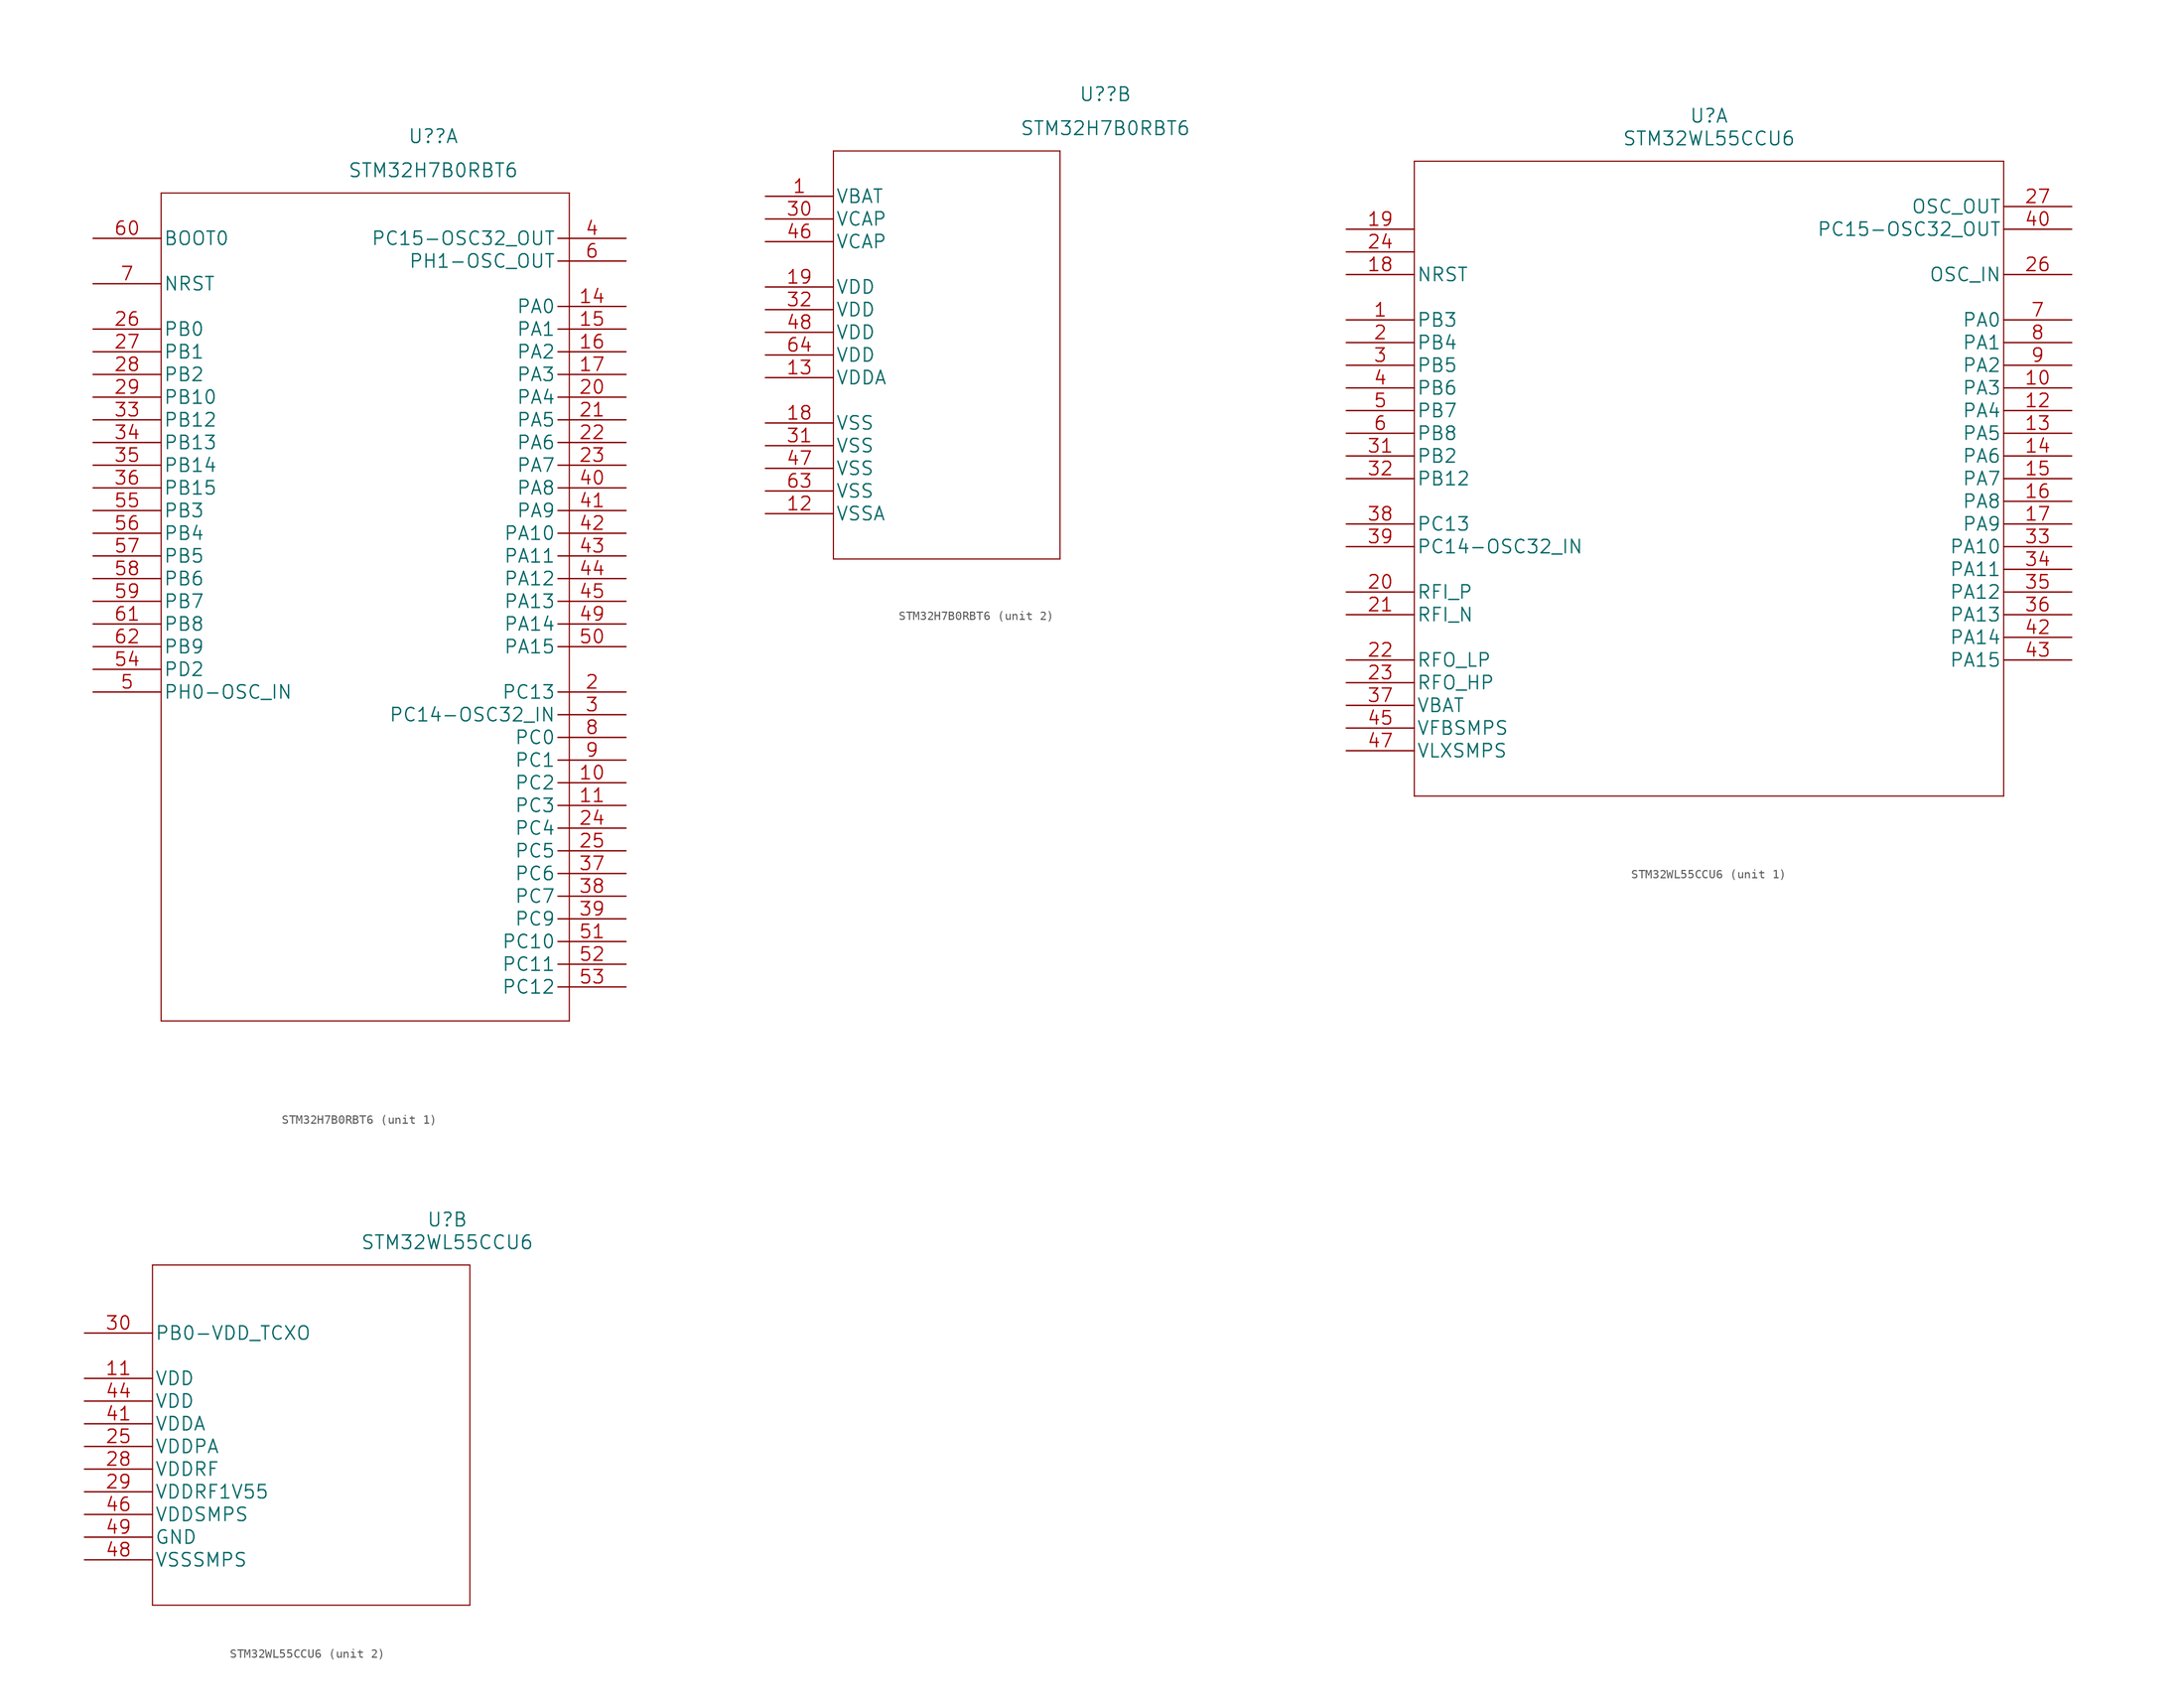
<source format=kicad_sym>
(kicad_symbol_lib
  (version 20220914)
  (generator kicad_symbol_editor)
  (symbol "STM32H7B0RBT6"
    (pin_names
      (offset 0.254))
    (property "Reference" "U?"
      (at 38.1 11.43 0)
      (effects (font (size 1.524 1.524))))
    (property "Value" "STM32H7B0RBT6"
      (at 38.1 7.62 0)
      (effects (font (size 1.524 1.524))))
    (property "Datasheet" ""
      (at 0 0 0)
      (effects (font (size 1.524 1.524))))
    (property "ki_locked" ""
      (at 0 0 0)
      (effects (font (size 1.27 1.27))))
    (symbol "STM32H7B0RBT6_1_1"
      (polyline (pts (xy 7.62 -87.63) (xy 53.34 -87.63)) (stroke (width 0.127) (type default)) (fill (type none)))
      (polyline (pts (xy 7.62 5.08) (xy 7.62 -87.63)) (stroke (width 0.127) (type default)) (fill (type none)))
      (polyline (pts (xy 53.34 -87.63) (xy 53.34 5.08)) (stroke (width 0.127) (type default)) (fill (type none)))
      (polyline (pts (xy 53.34 5.08) (xy 7.62 5.08)) (stroke (width 0.127) (type default)) (fill (type none)))
      (pin bidirectional line (at 59.69 -60.96 180) (length 7.62) (name "PC2" (effects (font (size 1.499 1.499)))) (number "10" (effects (font (size 1.499 1.499)))))
      (pin bidirectional line (at 59.69 -63.5 180) (length 7.62) (name "PC3" (effects (font (size 1.499 1.499)))) (number "11" (effects (font (size 1.499 1.499)))))
      (pin bidirectional line (at 59.69 -7.62 180) (length 7.62) (name "PA0" (effects (font (size 1.499 1.499)))) (number "14" (effects (font (size 1.499 1.499)))))
      (pin bidirectional line (at 59.69 -10.16 180) (length 7.62) (name "PA1" (effects (font (size 1.499 1.499)))) (number "15" (effects (font (size 1.499 1.499)))))
      (pin bidirectional line (at 59.69 -12.7 180) (length 7.62) (name "PA2" (effects (font (size 1.499 1.499)))) (number "16" (effects (font (size 1.499 1.499)))))
      (pin bidirectional line (at 59.69 -15.24 180) (length 7.62) (name "PA3" (effects (font (size 1.499 1.499)))) (number "17" (effects (font (size 1.499 1.499)))))
      (pin bidirectional line (at 59.69 -50.8 180) (length 7.62) (name "PC13" (effects (font (size 1.499 1.499)))) (number "2" (effects (font (size 1.499 1.499)))))
      (pin bidirectional line (at 59.69 -17.78 180) (length 7.62) (name "PA4" (effects (font (size 1.499 1.499)))) (number "20" (effects (font (size 1.499 1.499)))))
      (pin bidirectional line (at 59.69 -20.32 180) (length 7.62) (name "PA5" (effects (font (size 1.499 1.499)))) (number "21" (effects (font (size 1.499 1.499)))))
      (pin bidirectional line (at 59.69 -22.86 180) (length 7.62) (name "PA6" (effects (font (size 1.499 1.499)))) (number "22" (effects (font (size 1.499 1.499)))))
      (pin bidirectional line (at 59.69 -25.4 180) (length 7.62) (name "PA7" (effects (font (size 1.499 1.499)))) (number "23" (effects (font (size 1.499 1.499)))))
      (pin bidirectional line (at 59.69 -66.04 180) (length 7.62) (name "PC4" (effects (font (size 1.499 1.499)))) (number "24" (effects (font (size 1.499 1.499)))))
      (pin bidirectional line (at 59.69 -68.58 180) (length 7.62) (name "PC5" (effects (font (size 1.499 1.499)))) (number "25" (effects (font (size 1.499 1.499)))))
      (pin bidirectional line (at 0 -10.16 0) (length 7.62) (name "PB0" (effects (font (size 1.499 1.499)))) (number "26" (effects (font (size 1.499 1.499)))))
      (pin bidirectional line (at 0 -12.7 0) (length 7.62) (name "PB1" (effects (font (size 1.499 1.499)))) (number "27" (effects (font (size 1.499 1.499)))))
      (pin bidirectional line (at 0 -15.24 0) (length 7.62) (name "PB2" (effects (font (size 1.499 1.499)))) (number "28" (effects (font (size 1.499 1.499)))))
      (pin bidirectional line (at 0 -17.78 0) (length 7.62) (name "PB10" (effects (font (size 1.499 1.499)))) (number "29" (effects (font (size 1.499 1.499)))))
      (pin bidirectional line (at 59.69 -53.34 180) (length 7.62) (name "PC14-OSC32_IN" (effects (font (size 1.499 1.499)))) (number "3" (effects (font (size 1.499 1.499)))))
      (pin bidirectional line (at 0 -20.32 0) (length 7.62) (name "PB12" (effects (font (size 1.499 1.499)))) (number "33" (effects (font (size 1.499 1.499)))))
      (pin bidirectional line (at 0 -22.86 0) (length 7.62) (name "PB13" (effects (font (size 1.499 1.499)))) (number "34" (effects (font (size 1.499 1.499)))))
      (pin bidirectional line (at 0 -25.4 0) (length 7.62) (name "PB14" (effects (font (size 1.499 1.499)))) (number "35" (effects (font (size 1.499 1.499)))))
      (pin bidirectional line (at 0 -27.94 0) (length 7.62) (name "PB15" (effects (font (size 1.499 1.499)))) (number "36" (effects (font (size 1.499 1.499)))))
      (pin bidirectional line (at 59.69 -71.12 180) (length 7.62) (name "PC6" (effects (font (size 1.499 1.499)))) (number "37" (effects (font (size 1.499 1.499)))))
      (pin bidirectional line (at 59.69 -73.66 180) (length 7.62) (name "PC7" (effects (font (size 1.499 1.499)))) (number "38" (effects (font (size 1.499 1.499)))))
      (pin bidirectional line (at 59.69 -76.2 180) (length 7.62) (name "PC9" (effects (font (size 1.499 1.499)))) (number "39" (effects (font (size 1.499 1.499)))))
      (pin bidirectional line (at 59.69 0 180) (length 7.62) (name "PC15-OSC32_OUT" (effects (font (size 1.499 1.499)))) (number "4" (effects (font (size 1.499 1.499)))))
      (pin bidirectional line (at 59.69 -27.94 180) (length 7.62) (name "PA8" (effects (font (size 1.499 1.499)))) (number "40" (effects (font (size 1.499 1.499)))))
      (pin bidirectional line (at 59.69 -30.48 180) (length 7.62) (name "PA9" (effects (font (size 1.499 1.499)))) (number "41" (effects (font (size 1.499 1.499)))))
      (pin bidirectional line (at 59.69 -33.02 180) (length 7.62) (name "PA10" (effects (font (size 1.499 1.499)))) (number "42" (effects (font (size 1.499 1.499)))))
      (pin bidirectional line (at 59.69 -35.56 180) (length 7.62) (name "PA11" (effects (font (size 1.499 1.499)))) (number "43" (effects (font (size 1.499 1.499)))))
      (pin bidirectional line (at 59.69 -38.1 180) (length 7.62) (name "PA12" (effects (font (size 1.499 1.499)))) (number "44" (effects (font (size 1.499 1.499)))))
      (pin bidirectional line (at 59.69 -40.64 180) (length 7.62) (name "PA13" (effects (font (size 1.499 1.499)))) (number "45" (effects (font (size 1.499 1.499)))))
      (pin bidirectional line (at 59.69 -43.18 180) (length 7.62) (name "PA14" (effects (font (size 1.499 1.499)))) (number "49" (effects (font (size 1.499 1.499)))))
      (pin bidirectional line (at 0 -50.8 0) (length 7.62) (name "PH0-OSC_IN" (effects (font (size 1.499 1.499)))) (number "5" (effects (font (size 1.499 1.499)))))
      (pin bidirectional line (at 59.69 -45.72 180) (length 7.62) (name "PA15" (effects (font (size 1.499 1.499)))) (number "50" (effects (font (size 1.499 1.499)))))
      (pin bidirectional line (at 59.69 -78.74 180) (length 7.62) (name "PC10" (effects (font (size 1.499 1.499)))) (number "51" (effects (font (size 1.499 1.499)))))
      (pin bidirectional line (at 59.69 -81.28 180) (length 7.62) (name "PC11" (effects (font (size 1.499 1.499)))) (number "52" (effects (font (size 1.499 1.499)))))
      (pin bidirectional line (at 59.69 -83.82 180) (length 7.62) (name "PC12" (effects (font (size 1.499 1.499)))) (number "53" (effects (font (size 1.499 1.499)))))
      (pin bidirectional line (at 0 -48.26 0) (length 7.62) (name "PD2" (effects (font (size 1.499 1.499)))) (number "54" (effects (font (size 1.499 1.499)))))
      (pin bidirectional line (at 0 -30.48 0) (length 7.62) (name "PB3" (effects (font (size 1.499 1.499)))) (number "55" (effects (font (size 1.499 1.499)))))
      (pin bidirectional line (at 0 -33.02 0) (length 7.62) (name "PB4" (effects (font (size 1.499 1.499)))) (number "56" (effects (font (size 1.499 1.499)))))
      (pin bidirectional line (at 0 -35.56 0) (length 7.62) (name "PB5" (effects (font (size 1.499 1.499)))) (number "57" (effects (font (size 1.499 1.499)))))
      (pin bidirectional line (at 0 -38.1 0) (length 7.62) (name "PB6" (effects (font (size 1.499 1.499)))) (number "58" (effects (font (size 1.499 1.499)))))
      (pin bidirectional line (at 0 -40.64 0) (length 7.62) (name "PB7" (effects (font (size 1.499 1.499)))) (number "59" (effects (font (size 1.499 1.499)))))
      (pin bidirectional line (at 59.69 -2.54 180) (length 7.62) (name "PH1-OSC_OUT" (effects (font (size 1.499 1.499)))) (number "6" (effects (font (size 1.499 1.499)))))
      (pin input line (at 0 0 0) (length 7.62) (name "BOOT0" (effects (font (size 1.499 1.499)))) (number "60" (effects (font (size 1.499 1.499)))))
      (pin bidirectional line (at 0 -43.18 0) (length 7.62) (name "PB8" (effects (font (size 1.499 1.499)))) (number "61" (effects (font (size 1.499 1.499)))))
      (pin bidirectional line (at 0 -45.72 0) (length 7.62) (name "PB9" (effects (font (size 1.499 1.499)))) (number "62" (effects (font (size 1.499 1.499)))))
      (pin bidirectional line (at 0 -5.08 0) (length 7.62) (name "NRST" (effects (font (size 1.499 1.499)))) (number "7" (effects (font (size 1.499 1.499)))))
      (pin bidirectional line (at 59.69 -55.88 180) (length 7.62) (name "PC0" (effects (font (size 1.499 1.499)))) (number "8" (effects (font (size 1.499 1.499)))))
      (pin bidirectional line (at 59.69 -58.42 180) (length 7.62) (name "PC1" (effects (font (size 1.499 1.499)))) (number "9" (effects (font (size 1.499 1.499))))))
    (symbol "STM32H7B0RBT6_2_1"
      (polyline (pts (xy 7.62 -40.64) (xy 33.02 -40.64)) (stroke (width 0.127) (type default)) (fill (type none)))
      (polyline (pts (xy 7.62 5.08) (xy 7.62 -40.64)) (stroke (width 0.127) (type default)) (fill (type none)))
      (polyline (pts (xy 33.02 -40.64) (xy 33.02 5.08)) (stroke (width 0.127) (type default)) (fill (type none)))
      (polyline (pts (xy 33.02 5.08) (xy 7.62 5.08)) (stroke (width 0.127) (type default)) (fill (type none)))
      (pin power_in line (at 0 0 0) (length 7.62) (name "VBAT" (effects (font (size 1.499 1.499)))) (number "1" (effects (font (size 1.499 1.499)))))
      (pin power_in line (at 0 -35.56 0) (length 7.62) (name "VSSA" (effects (font (size 1.499 1.499)))) (number "12" (effects (font (size 1.499 1.499)))))
      (pin power_in line (at 0 -20.32 0) (length 7.62) (name "VDDA" (effects (font (size 1.499 1.499)))) (number "13" (effects (font (size 1.499 1.499)))))
      (pin power_in line (at 0 -25.4 0) (length 7.62) (name "VSS" (effects (font (size 1.499 1.499)))) (number "18" (effects (font (size 1.499 1.499)))))
      (pin power_in line (at 0 -10.16 0) (length 7.62) (name "VDD" (effects (font (size 1.499 1.499)))) (number "19" (effects (font (size 1.499 1.499)))))
      (pin power_in line (at 0 -2.54 0) (length 7.62) (name "VCAP" (effects (font (size 1.499 1.499)))) (number "30" (effects (font (size 1.499 1.499)))))
      (pin power_in line (at 0 -27.94 0) (length 7.62) (name "VSS" (effects (font (size 1.499 1.499)))) (number "31" (effects (font (size 1.499 1.499)))))
      (pin power_in line (at 0 -12.7 0) (length 7.62) (name "VDD" (effects (font (size 1.499 1.499)))) (number "32" (effects (font (size 1.499 1.499)))))
      (pin power_in line (at 0 -5.08 0) (length 7.62) (name "VCAP" (effects (font (size 1.499 1.499)))) (number "46" (effects (font (size 1.499 1.499)))))
      (pin power_in line (at 0 -30.48 0) (length 7.62) (name "VSS" (effects (font (size 1.499 1.499)))) (number "47" (effects (font (size 1.499 1.499)))))
      (pin power_in line (at 0 -15.24 0) (length 7.62) (name "VDD" (effects (font (size 1.499 1.499)))) (number "48" (effects (font (size 1.499 1.499)))))
      (pin power_in line (at 0 -33.02 0) (length 7.62) (name "VSS" (effects (font (size 1.499 1.499)))) (number "63" (effects (font (size 1.499 1.499)))))
      (pin power_in line (at 0 -17.78 0) (length 7.62) (name "VDD" (effects (font (size 1.499 1.499)))) (number "64" (effects (font (size 1.499 1.499)))))))
  (symbol "STM32WL55CCU6"
    (pin_names
      (offset 0.254))
    (property "Reference" "U"
      (at 40.64 12.7 0)
      (effects (font (size 1.524 1.524))))
    (property "Value" "STM32WL55CCU6"
      (at 40.64 10.16 0)
      (effects (font (size 1.524 1.524))))
    (property "Datasheet" ""
      (at 0 0 0)
      (effects (font (size 1.524 1.524))))
    (property "ki_locked" ""
      (at 0 0 0)
      (effects (font (size 1.27 1.27))))
    (symbol "STM32WL55CCU6_1_1"
      (polyline (pts (xy 7.62 -63.5) (xy 73.66 -63.5)) (stroke (width 0.127) (type default)) (fill (type none)))
      (polyline (pts (xy 7.62 7.62) (xy 7.62 -63.5)) (stroke (width 0.127) (type default)) (fill (type none)))
      (polyline (pts (xy 73.66 -63.5) (xy 73.66 7.62)) (stroke (width 0.127) (type default)) (fill (type none)))
      (polyline (pts (xy 73.66 7.62) (xy 7.62 7.62)) (stroke (width 0.127) (type default)) (fill (type none)))
      (pin bidirectional line (at 0 -10.16 0) (length 7.62) (name "PB3" (effects (font (size 1.499 1.499)))) (number "1" (effects (font (size 1.499 1.499)))))
      (pin bidirectional line (at 81.28 -17.78 180) (length 7.62) (name "PA3" (effects (font (size 1.499 1.499)))) (number "10" (effects (font (size 1.499 1.499)))))
      (pin bidirectional line (at 81.28 -20.32 180) (length 7.62) (name "PA4" (effects (font (size 1.499 1.499)))) (number "12" (effects (font (size 1.499 1.499)))))
      (pin bidirectional line (at 81.28 -22.86 180) (length 7.62) (name "PA5" (effects (font (size 1.499 1.499)))) (number "13" (effects (font (size 1.499 1.499)))))
      (pin bidirectional line (at 81.28 -25.4 180) (length 7.62) (name "PA6" (effects (font (size 1.499 1.499)))) (number "14" (effects (font (size 1.499 1.499)))))
      (pin bidirectional line (at 81.28 -27.94 180) (length 7.62) (name "PA7" (effects (font (size 1.499 1.499)))) (number "15" (effects (font (size 1.499 1.499)))))
      (pin bidirectional line (at 81.28 -30.48 180) (length 7.62) (name "PA8" (effects (font (size 1.499 1.499)))) (number "16" (effects (font (size 1.499 1.499)))))
      (pin bidirectional line (at 81.28 -33.02 180) (length 7.62) (name "PA9" (effects (font (size 1.499 1.499)))) (number "17" (effects (font (size 1.499 1.499)))))
      (pin unspecified line (at 0 -5.08 0) (length 7.62) (name "NRST" (effects (font (size 1.499 1.499)))) (number "18" (effects (font (size 1.499 1.499)))))
      (pin unspecified line (at 0 0 0) (length 7.62) (name "~" (effects (font (size 1.499 1.499)))) (number "19" (effects (font (size 1.499 1.499)))))
      (pin bidirectional line (at 0 -12.7 0) (length 7.62) (name "PB4" (effects (font (size 1.499 1.499)))) (number "2" (effects (font (size 1.499 1.499)))))
      (pin unspecified line (at 0 -40.64 0) (length 7.62) (name "RFI_P" (effects (font (size 1.499 1.499)))) (number "20" (effects (font (size 1.499 1.499)))))
      (pin unspecified line (at 0 -43.18 0) (length 7.62) (name "RFI_N" (effects (font (size 1.499 1.499)))) (number "21" (effects (font (size 1.499 1.499)))))
      (pin unspecified line (at 0 -48.26 0) (length 7.62) (name "RFO_LP" (effects (font (size 1.499 1.499)))) (number "22" (effects (font (size 1.499 1.499)))))
      (pin unspecified line (at 0 -50.8 0) (length 7.62) (name "RFO_HP" (effects (font (size 1.499 1.499)))) (number "23" (effects (font (size 1.499 1.499)))))
      (pin unspecified line (at 0 -2.54 0) (length 7.62) (name "~" (effects (font (size 1.499 1.499)))) (number "24" (effects (font (size 1.499 1.499)))))
      (pin unspecified line (at 81.28 -5.08 180) (length 7.62) (name "OSC_IN" (effects (font (size 1.499 1.499)))) (number "26" (effects (font (size 1.499 1.499)))))
      (pin output line (at 81.28 2.54 180) (length 7.62) (name "OSC_OUT" (effects (font (size 1.499 1.499)))) (number "27" (effects (font (size 1.499 1.499)))))
      (pin bidirectional line (at 0 -15.24 0) (length 7.62) (name "PB5" (effects (font (size 1.499 1.499)))) (number "3" (effects (font (size 1.499 1.499)))))
      (pin bidirectional line (at 0 -25.4 0) (length 7.62) (name "PB2" (effects (font (size 1.499 1.499)))) (number "31" (effects (font (size 1.499 1.499)))))
      (pin bidirectional line (at 0 -27.94 0) (length 7.62) (name "PB12" (effects (font (size 1.499 1.499)))) (number "32" (effects (font (size 1.499 1.499)))))
      (pin bidirectional line (at 81.28 -35.56 180) (length 7.62) (name "PA10" (effects (font (size 1.499 1.499)))) (number "33" (effects (font (size 1.499 1.499)))))
      (pin bidirectional line (at 81.28 -38.1 180) (length 7.62) (name "PA11" (effects (font (size 1.499 1.499)))) (number "34" (effects (font (size 1.499 1.499)))))
      (pin bidirectional line (at 81.28 -40.64 180) (length 7.62) (name "PA12" (effects (font (size 1.499 1.499)))) (number "35" (effects (font (size 1.499 1.499)))))
      (pin bidirectional line (at 81.28 -43.18 180) (length 7.62) (name "PA13" (effects (font (size 1.499 1.499)))) (number "36" (effects (font (size 1.499 1.499)))))
      (pin unspecified line (at 0 -53.34 0) (length 7.62) (name "VBAT" (effects (font (size 1.499 1.499)))) (number "37" (effects (font (size 1.499 1.499)))))
      (pin bidirectional line (at 0 -33.02 0) (length 7.62) (name "PC13" (effects (font (size 1.499 1.499)))) (number "38" (effects (font (size 1.499 1.499)))))
      (pin bidirectional line (at 0 -35.56 0) (length 7.62) (name "PC14-OSC32_IN" (effects (font (size 1.499 1.499)))) (number "39" (effects (font (size 1.499 1.499)))))
      (pin bidirectional line (at 0 -17.78 0) (length 7.62) (name "PB6" (effects (font (size 1.499 1.499)))) (number "4" (effects (font (size 1.499 1.499)))))
      (pin output line (at 81.28 0 180) (length 7.62) (name "PC15-OSC32_OUT" (effects (font (size 1.499 1.499)))) (number "40" (effects (font (size 1.499 1.499)))))
      (pin bidirectional line (at 81.28 -45.72 180) (length 7.62) (name "PA14" (effects (font (size 1.499 1.499)))) (number "42" (effects (font (size 1.499 1.499)))))
      (pin bidirectional line (at 81.28 -48.26 180) (length 7.62) (name "PA15" (effects (font (size 1.499 1.499)))) (number "43" (effects (font (size 1.499 1.499)))))
      (pin unspecified line (at 0 -55.88 0) (length 7.62) (name "VFBSMPS" (effects (font (size 1.499 1.499)))) (number "45" (effects (font (size 1.499 1.499)))))
      (pin unspecified line (at 0 -58.42 0) (length 7.62) (name "VLXSMPS" (effects (font (size 1.499 1.499)))) (number "47" (effects (font (size 1.499 1.499)))))
      (pin bidirectional line (at 0 -20.32 0) (length 7.62) (name "PB7" (effects (font (size 1.499 1.499)))) (number "5" (effects (font (size 1.499 1.499)))))
      (pin bidirectional line (at 0 -22.86 0) (length 7.62) (name "PB8" (effects (font (size 1.499 1.499)))) (number "6" (effects (font (size 1.499 1.499)))))
      (pin bidirectional line (at 81.28 -10.16 180) (length 7.62) (name "PA0" (effects (font (size 1.499 1.499)))) (number "7" (effects (font (size 1.499 1.499)))))
      (pin bidirectional line (at 81.28 -12.7 180) (length 7.62) (name "PA1" (effects (font (size 1.499 1.499)))) (number "8" (effects (font (size 1.499 1.499)))))
      (pin bidirectional line (at 81.28 -15.24 180) (length 7.62) (name "PA2" (effects (font (size 1.499 1.499)))) (number "9" (effects (font (size 1.499 1.499))))))
    (symbol "STM32WL55CCU6_2_1"
      (polyline (pts (xy 7.62 -30.48) (xy 43.18 -30.48)) (stroke (width 0.127) (type default)) (fill (type none)))
      (polyline (pts (xy 7.62 7.62) (xy 7.62 -30.48)) (stroke (width 0.127) (type default)) (fill (type none)))
      (polyline (pts (xy 43.18 -30.48) (xy 43.18 7.62)) (stroke (width 0.127) (type default)) (fill (type none)))
      (polyline (pts (xy 43.18 7.62) (xy 7.62 7.62)) (stroke (width 0.127) (type default)) (fill (type none)))
      (pin power_in line (at 0 -5.08 0) (length 7.62) (name "VDD" (effects (font (size 1.499 1.499)))) (number "11" (effects (font (size 1.499 1.499)))))
      (pin power_in line (at 0 -12.7 0) (length 7.62) (name "VDDPA" (effects (font (size 1.499 1.499)))) (number "25" (effects (font (size 1.499 1.499)))))
      (pin power_in line (at 0 -15.24 0) (length 7.62) (name "VDDRF" (effects (font (size 1.499 1.499)))) (number "28" (effects (font (size 1.499 1.499)))))
      (pin power_in line (at 0 -17.78 0) (length 7.62) (name "VDDRF1V55" (effects (font (size 1.499 1.499)))) (number "29" (effects (font (size 1.499 1.499)))))
      (pin power_in line (at 0 0 0) (length 7.62) (name "PB0-VDD_TCXO" (effects (font (size 1.499 1.499)))) (number "30" (effects (font (size 1.499 1.499)))))
      (pin power_in line (at 0 -10.16 0) (length 7.62) (name "VDDA" (effects (font (size 1.499 1.499)))) (number "41" (effects (font (size 1.499 1.499)))))
      (pin power_in line (at 0 -7.62 0) (length 7.62) (name "VDD" (effects (font (size 1.499 1.499)))) (number "44" (effects (font (size 1.499 1.499)))))
      (pin power_in line (at 0 -20.32 0) (length 7.62) (name "VDDSMPS" (effects (font (size 1.499 1.499)))) (number "46" (effects (font (size 1.499 1.499)))))
      (pin power_in line (at 0 -25.4 0) (length 7.62) (name "VSSSMPS" (effects (font (size 1.499 1.499)))) (number "48" (effects (font (size 1.499 1.499)))))
      (pin power_in line (at 0 -22.86 0) (length 7.62) (name "GND" (effects (font (size 1.499 1.499)))) (number "49" (effects (font (size 1.499 1.499))))))))
</source>
